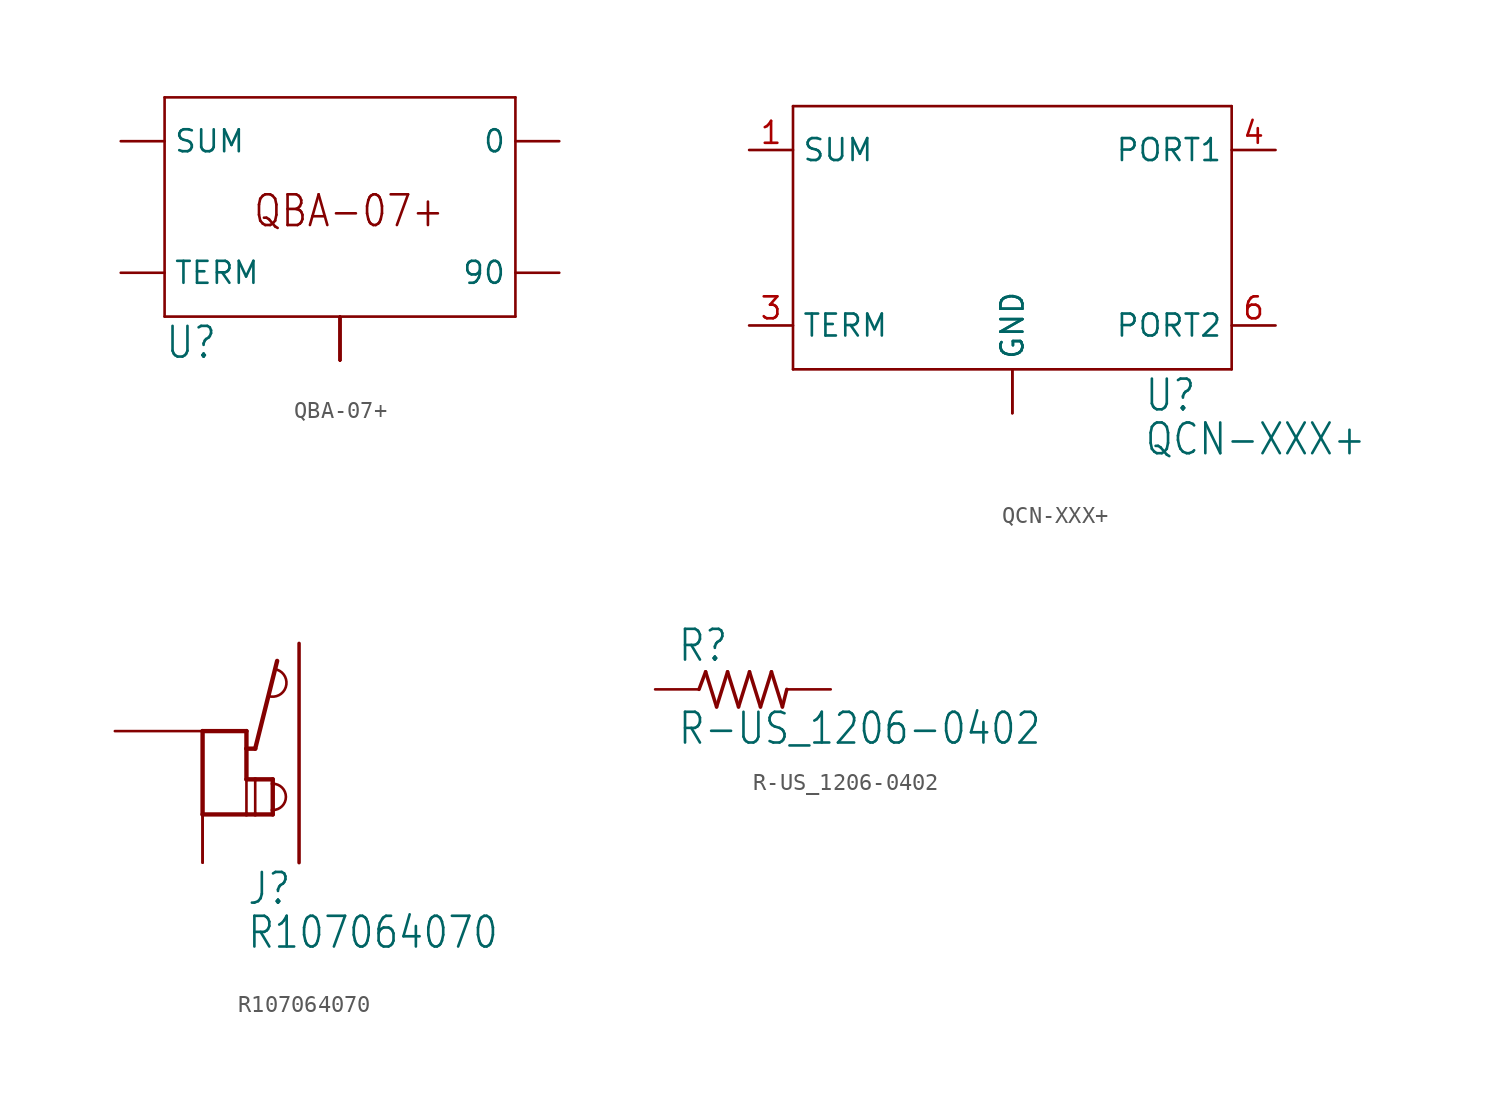
<source format=kicad_sym>
(kicad_symbol_lib
  (version 20211014)
  (generator kicad_symbol_editor)
  (symbol "QBA-07+"
    (property "Reference" "U"
      (at -10.16 -10.16 0)
      (effects (font (size 1.778 1.511)) (justify left bottom)))
    (property "ki_locked" ""
      (at 0 0 0)
      (effects (font (size 1.27 1.27))))
    (symbol "QBA-07+_1_0"
      (polyline (pts (xy -10.16 -7.62) (xy -10.16 5.08)) (stroke (width 0.152) (type default) (color 0 0 0 0)) (fill (type none)))
      (polyline (pts (xy -10.16 5.08) (xy 10.16 5.08)) (stroke (width 0.152) (type default) (color 0 0 0 0)) (fill (type none)))
      (polyline (pts (xy 10.16 -7.62) (xy -10.16 -7.62)) (stroke (width 0.152) (type default) (color 0 0 0 0)) (fill (type none)))
      (polyline (pts (xy 10.16 5.08) (xy 10.16 -7.62)) (stroke (width 0.152) (type default) (color 0 0 0 0)) (fill (type none)))
      (text "QBA-07+" (at -5.08 -2.54 0) (effects (font (size 1.778 1.511)) (justify left bottom)))
      (pin passive line (at -12.7 2.54 0) (length 2.54) (name "SUM" (effects (font (size 1.27 1.27)))) (number "1" (effects (font (size 0 0)))))
      (pin passive line (at 12.7 -5.08 180) (length 2.54) (name "90" (effects (font (size 1.27 1.27)))) (number "10" (effects (font (size 0 0)))))
      (pin power_in line (at 0 -10.16 90) (length 2.54) (name "GND" (effects (font (size 0 0)))) (number "2" (effects (font (size 0 0)))))
      (pin power_in line (at 0 -10.16 90) (length 2.54) (name "GND" (effects (font (size 0 0)))) (number "3" (effects (font (size 0 0)))))
      (pin power_in line (at 0 -10.16 90) (length 2.54) (name "GND" (effects (font (size 0 0)))) (number "4" (effects (font (size 0 0)))))
      (pin passive line (at -12.7 -5.08 0) (length 2.54) (name "TERM" (effects (font (size 1.27 1.27)))) (number "5" (effects (font (size 0 0)))))
      (pin passive line (at 12.7 2.54 180) (length 2.54) (name "0" (effects (font (size 1.27 1.27)))) (number "6" (effects (font (size 0 0)))))
      (pin power_in line (at 0 -10.16 90) (length 2.54) (name "GND" (effects (font (size 0 0)))) (number "7" (effects (font (size 0 0)))))
      (pin power_in line (at 0 -10.16 90) (length 2.54) (name "GND" (effects (font (size 0 0)))) (number "8" (effects (font (size 0 0)))))
      (pin power_in line (at 0 -10.16 90) (length 2.54) (name "GND" (effects (font (size 0 0)))) (number "9" (effects (font (size 0 0)))))
      (pin power_in line (at 0 -10.16 90) (length 2.54) (name "GND" (effects (font (size 0 0)))) (number "GND-NO-PAD" (effects (font (size 0 0)))))))
  (symbol "QCN-XXX+"
    (property "Reference" "U"
      (at 7.62 -10.16 0)
      (effects (font (size 1.778 1.511)) (justify left bottom)))
    (property "Value" "QCN-XXX+"
      (at 7.62 -12.7 0)
      (effects (font (size 1.778 1.511)) (justify left bottom)))
    (property "ki_locked" ""
      (at 0 0 0)
      (effects (font (size 1.27 1.27))))
    (symbol "QCN-XXX+_1_0"
      (polyline (pts (xy -12.7 -7.62) (xy 12.7 -7.62)) (stroke (width 0.152) (type default) (color 0 0 0 0)) (fill (type none)))
      (polyline (pts (xy -12.7 7.62) (xy -12.7 -7.62)) (stroke (width 0.152) (type default) (color 0 0 0 0)) (fill (type none)))
      (polyline (pts (xy 12.7 -7.62) (xy 12.7 7.62)) (stroke (width 0.152) (type default) (color 0 0 0 0)) (fill (type none)))
      (polyline (pts (xy 12.7 7.62) (xy -12.7 7.62)) (stroke (width 0.152) (type default) (color 0 0 0 0)) (fill (type none)))
      (pin bidirectional line (at -15.24 5.08 0) (length 2.54) (name "SUM" (effects (font (size 1.27 1.27)))) (number "1" (effects (font (size 1.27 1.27)))))
      (pin power_in line (at 0 -10.16 90) (length 2.54) (name "GND" (effects (font (size 1.27 1.27)))) (number "2" (effects (font (size 0 0)))))
      (pin bidirectional line (at -15.24 -5.08 0) (length 2.54) (name "TERM" (effects (font (size 1.27 1.27)))) (number "3" (effects (font (size 1.27 1.27)))))
      (pin bidirectional line (at 15.24 5.08 180) (length 2.54) (name "PORT1" (effects (font (size 1.27 1.27)))) (number "4" (effects (font (size 1.27 1.27)))))
      (pin power_in line (at 0 -10.16 90) (length 2.54) (name "GND" (effects (font (size 1.27 1.27)))) (number "5" (effects (font (size 0 0)))))
      (pin bidirectional line (at 15.24 -5.08 180) (length 2.54) (name "PORT2" (effects (font (size 1.27 1.27)))) (number "6" (effects (font (size 1.27 1.27)))))))
  (symbol "R107064070"
    (property "Reference" "J"
      (at 2.54 -10.16 0)
      (effects (font (size 1.778 1.511)) (justify left bottom)))
    (property "Value" "R107064070"
      (at 2.54 -12.7 0)
      (effects (font (size 1.778 1.511)) (justify left bottom)))
    (property "ki_locked" ""
      (at 0 0 0)
      (effects (font (size 1.27 1.27))))
    (symbol "R107064070_1_0"
      (polyline (pts (xy 0 -4.826) (xy 2.54 -4.826)) (stroke (width 0.254) (type default) (color 0 0 0 0)) (fill (type none)))
      (polyline (pts (xy 0 0) (xy 0 -4.826)) (stroke (width 0.254) (type default) (color 0 0 0 0)) (fill (type none)))
      (polyline (pts (xy 2.54 -4.826) (xy 3.048 -4.826)) (stroke (width 0.254) (type default) (color 0 0 0 0)) (fill (type none)))
      (polyline (pts (xy 2.54 -2.794) (xy 2.54 -4.826)) (stroke (width 0.152) (type default) (color 0 0 0 0)) (fill (type none)))
      (polyline (pts (xy 2.54 -2.794) (xy 2.54 -1.016)) (stroke (width 0.254) (type default) (color 0 0 0 0)) (fill (type none)))
      (polyline (pts (xy 2.54 -1.016) (xy 2.54 0)) (stroke (width 0.254) (type default) (color 0 0 0 0)) (fill (type none)))
      (polyline (pts (xy 2.54 0) (xy 0 0)) (stroke (width 0.254) (type default) (color 0 0 0 0)) (fill (type none)))
      (polyline (pts (xy 3.048 -4.826) (xy 3.048 -2.794)) (stroke (width 0.152) (type default) (color 0 0 0 0)) (fill (type none)))
      (polyline (pts (xy 3.048 -4.826) (xy 4.064 -4.826)) (stroke (width 0.254) (type default) (color 0 0 0 0)) (fill (type none)))
      (polyline (pts (xy 3.048 -2.794) (xy 2.54 -2.794)) (stroke (width 0.254) (type default) (color 0 0 0 0)) (fill (type none)))
      (polyline (pts (xy 3.048 -1.016) (xy 2.54 -1.016)) (stroke (width 0.254) (type default) (color 0 0 0 0)) (fill (type none)))
      (polyline (pts (xy 4.064 -4.826) (xy 4.064 -4.572)) (stroke (width 0.254) (type default) (color 0 0 0 0)) (fill (type none)))
      (polyline (pts (xy 4.064 -4.572) (xy 4.064 -3.048)) (stroke (width 0.254) (type default) (color 0 0 0 0)) (fill (type none)))
      (polyline (pts (xy 4.064 -3.048) (xy 4.064 -2.794)) (stroke (width 0.254) (type default) (color 0 0 0 0)) (fill (type none)))
      (polyline (pts (xy 4.064 -2.794) (xy 3.048 -2.794)) (stroke (width 0.254) (type default) (color 0 0 0 0)) (fill (type none)))
      (polyline (pts (xy 4.318 4.064) (xy 3.048 -1.016)) (stroke (width 0.254) (type default) (color 0 0 0 0)) (fill (type none)))
      (polyline (pts (xy 5.588 5.08) (xy 5.588 -7.62)) (stroke (width 0.203) (type default) (color 0 0 0 0)) (fill (type none)))
      (arc (start 3.81 2.032) (mid 4.826 2.54) (end 4.318 3.556) (stroke (width 0.1524) (type default) (color 0 0 0 0)) (fill (type none)))
      (arc (start 4.064 -4.572) (mid 4.826 -3.81) (end 4.064 -3.048) (stroke (width 0.1524) (type default) (color 0 0 0 0)) (fill (type none)))
      (pin bidirectional line (at -5.08 0 0) (length 5.08) (name "P$1" (effects (font (size 0 0)))) (number "P$1" (effects (font (size 0 0)))))
      (pin bidirectional line (at 0 -7.62 90) (length 5.08) (name "P$2" (effects (font (size 0 0)))) (number "P$2" (effects (font (size 0 0)))))
      (pin bidirectional line (at 0 -7.62 90) (length 5.08) (name "P$2" (effects (font (size 0 0)))) (number "P$3" (effects (font (size 0 0)))))))
  (symbol "R-US_1206-0402"
    (property "Reference" "R"
      (at -3.81 1.499 0)
      (effects (font (size 1.778 1.511)) (justify left bottom)))
    (property "Value" "R-US_1206-0402"
      (at -3.81 -3.302 0)
      (effects (font (size 1.778 1.511)) (justify left bottom)))
    (property "ki_locked" ""
      (at 0 0 0)
      (effects (font (size 1.27 1.27))))
    (symbol "R-US_1206-0402_1_0"
      (polyline (pts (xy -2.54 0) (xy -2.159 1.016)) (stroke (width 0.203) (type default) (color 0 0 0 0)) (fill (type none)))
      (polyline (pts (xy -2.159 1.016) (xy -1.524 -1.016)) (stroke (width 0.203) (type default) (color 0 0 0 0)) (fill (type none)))
      (polyline (pts (xy -1.524 -1.016) (xy -0.889 1.016)) (stroke (width 0.203) (type default) (color 0 0 0 0)) (fill (type none)))
      (polyline (pts (xy -0.889 1.016) (xy -0.254 -1.016)) (stroke (width 0.203) (type default) (color 0 0 0 0)) (fill (type none)))
      (polyline (pts (xy -0.254 -1.016) (xy 0.381 1.016)) (stroke (width 0.203) (type default) (color 0 0 0 0)) (fill (type none)))
      (polyline (pts (xy 0.381 1.016) (xy 1.016 -1.016)) (stroke (width 0.203) (type default) (color 0 0 0 0)) (fill (type none)))
      (polyline (pts (xy 1.016 -1.016) (xy 1.651 1.016)) (stroke (width 0.203) (type default) (color 0 0 0 0)) (fill (type none)))
      (polyline (pts (xy 1.651 1.016) (xy 2.286 -1.016)) (stroke (width 0.203) (type default) (color 0 0 0 0)) (fill (type none)))
      (polyline (pts (xy 2.286 -1.016) (xy 2.54 0)) (stroke (width 0.203) (type default) (color 0 0 0 0)) (fill (type none)))
      (pin passive line (at -5.08 0 0) (length 2.54) (name "1" (effects (font (size 0 0)))) (number "1" (effects (font (size 0 0)))))
      (pin passive line (at 5.08 0 180) (length 2.54) (name "2" (effects (font (size 0 0)))) (number "2" (effects (font (size 0 0))))))))
</source>
